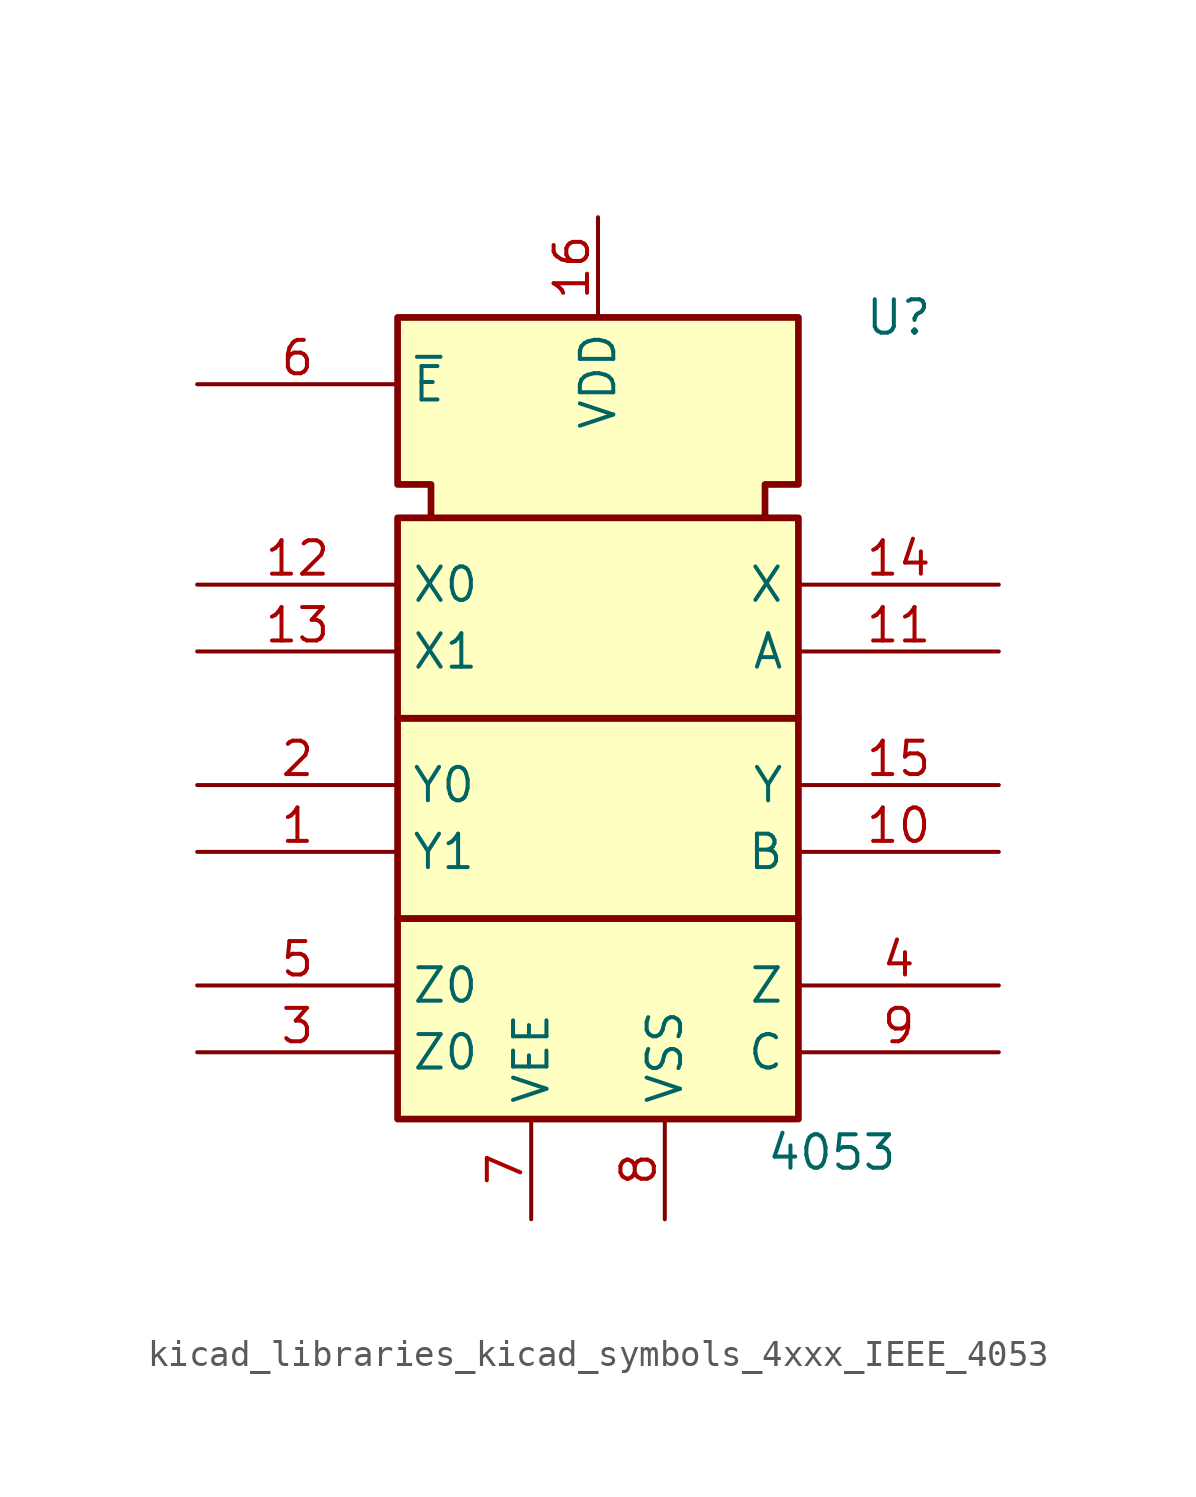
<source format=kicad_sym>
(kicad_symbol_lib
  (version 20220914)
  (generator kicad_symbol_editor)
  (symbol "kicad_libraries_kicad_symbols_4xxx_IEEE_4053"
    (property "Reference" "U"
      (at 11.43 13.97 0)
      (effects (font (size 1.27 1.27))))
    (property "Value" "4053"
      (at 8.89 -17.78 0)
      (effects (font (size 1.27 1.27))))
    (symbol "kicad_libraries_kicad_symbols_4xxx_IEEE_4053_0_0"
      (pin power_in line (at 0 17.78 270) (length 3.81) (name "VDD" (effects (font (size 1.27 1.27)))) (number "16" (effects (font (size 1.27 1.27)))))
      (pin power_in line (at 2.54 -20.32 90) (length 3.81) (name "VSS" (effects (font (size 1.27 1.27)))) (number "8" (effects (font (size 1.27 1.27))))))
    (symbol "kicad_libraries_kicad_symbols_4xxx_IEEE_4053_0_1"
      (rectangle (start -7.62 -8.89) (end 7.62 -16.51) (stroke (width 0.254) (type default)) (fill (type background)))
      (rectangle (start -7.62 -1.27) (end 7.62 -8.89) (stroke (width 0.254) (type default)) (fill (type background)))
      (rectangle (start -7.62 6.35) (end 7.62 -1.27) (stroke (width 0.254) (type default)) (fill (type background)))
      (polyline (pts (xy -6.35 6.35) (xy -6.35 7.62) (xy -7.62 7.62) (xy -7.62 13.97) (xy 7.62 13.97) (xy 7.62 7.62) (xy 6.35 7.62) (xy 6.35 6.35) (xy 6.35 6.35)) (stroke (width 0.254) (type default)) (fill (type background))))
    (symbol "kicad_libraries_kicad_symbols_4xxx_IEEE_4053_1_1"
      (pin passive line (at -15.24 -6.35 0) (length 7.62) (name "Y1" (effects (font (size 1.27 1.27)))) (number "1" (effects (font (size 1.27 1.27)))))
      (pin input line (at 15.24 -6.35 180) (length 7.62) (name "B" (effects (font (size 1.27 1.27)))) (number "10" (effects (font (size 1.27 1.27)))))
      (pin input line (at 15.24 1.27 180) (length 7.62) (name "A" (effects (font (size 1.27 1.27)))) (number "11" (effects (font (size 1.27 1.27)))))
      (pin passive line (at -15.24 3.81 0) (length 7.62) (name "X0" (effects (font (size 1.27 1.27)))) (number "12" (effects (font (size 1.27 1.27)))))
      (pin passive line (at -15.24 1.27 0) (length 7.62) (name "X1" (effects (font (size 1.27 1.27)))) (number "13" (effects (font (size 1.27 1.27)))))
      (pin passive line (at 15.24 3.81 180) (length 7.62) (name "X" (effects (font (size 1.27 1.27)))) (number "14" (effects (font (size 1.27 1.27)))))
      (pin passive line (at 15.24 -3.81 180) (length 7.62) (name "Y" (effects (font (size 1.27 1.27)))) (number "15" (effects (font (size 1.27 1.27)))))
      (pin passive line (at -15.24 -3.81 0) (length 7.62) (name "Y0" (effects (font (size 1.27 1.27)))) (number "2" (effects (font (size 1.27 1.27)))))
      (pin passive line (at -15.24 -13.97 0) (length 7.62) (name "Z0" (effects (font (size 1.27 1.27)))) (number "3" (effects (font (size 1.27 1.27)))))
      (pin passive line (at 15.24 -11.43 180) (length 7.62) (name "Z" (effects (font (size 1.27 1.27)))) (number "4" (effects (font (size 1.27 1.27)))))
      (pin passive line (at -15.24 -11.43 0) (length 7.62) (name "Z0" (effects (font (size 1.27 1.27)))) (number "5" (effects (font (size 1.27 1.27)))))
      (pin input line (at -15.24 11.43 0) (length 7.62) (name "~{E}" (effects (font (size 1.27 1.27)))) (number "6" (effects (font (size 1.27 1.27)))))
      (pin power_in line (at -2.54 -20.32 90) (length 3.81) (name "VEE" (effects (font (size 1.27 1.27)))) (number "7" (effects (font (size 1.27 1.27)))))
      (pin input line (at 15.24 -13.97 180) (length 7.62) (name "C" (effects (font (size 1.27 1.27)))) (number "9" (effects (font (size 1.27 1.27))))))))
</source>
